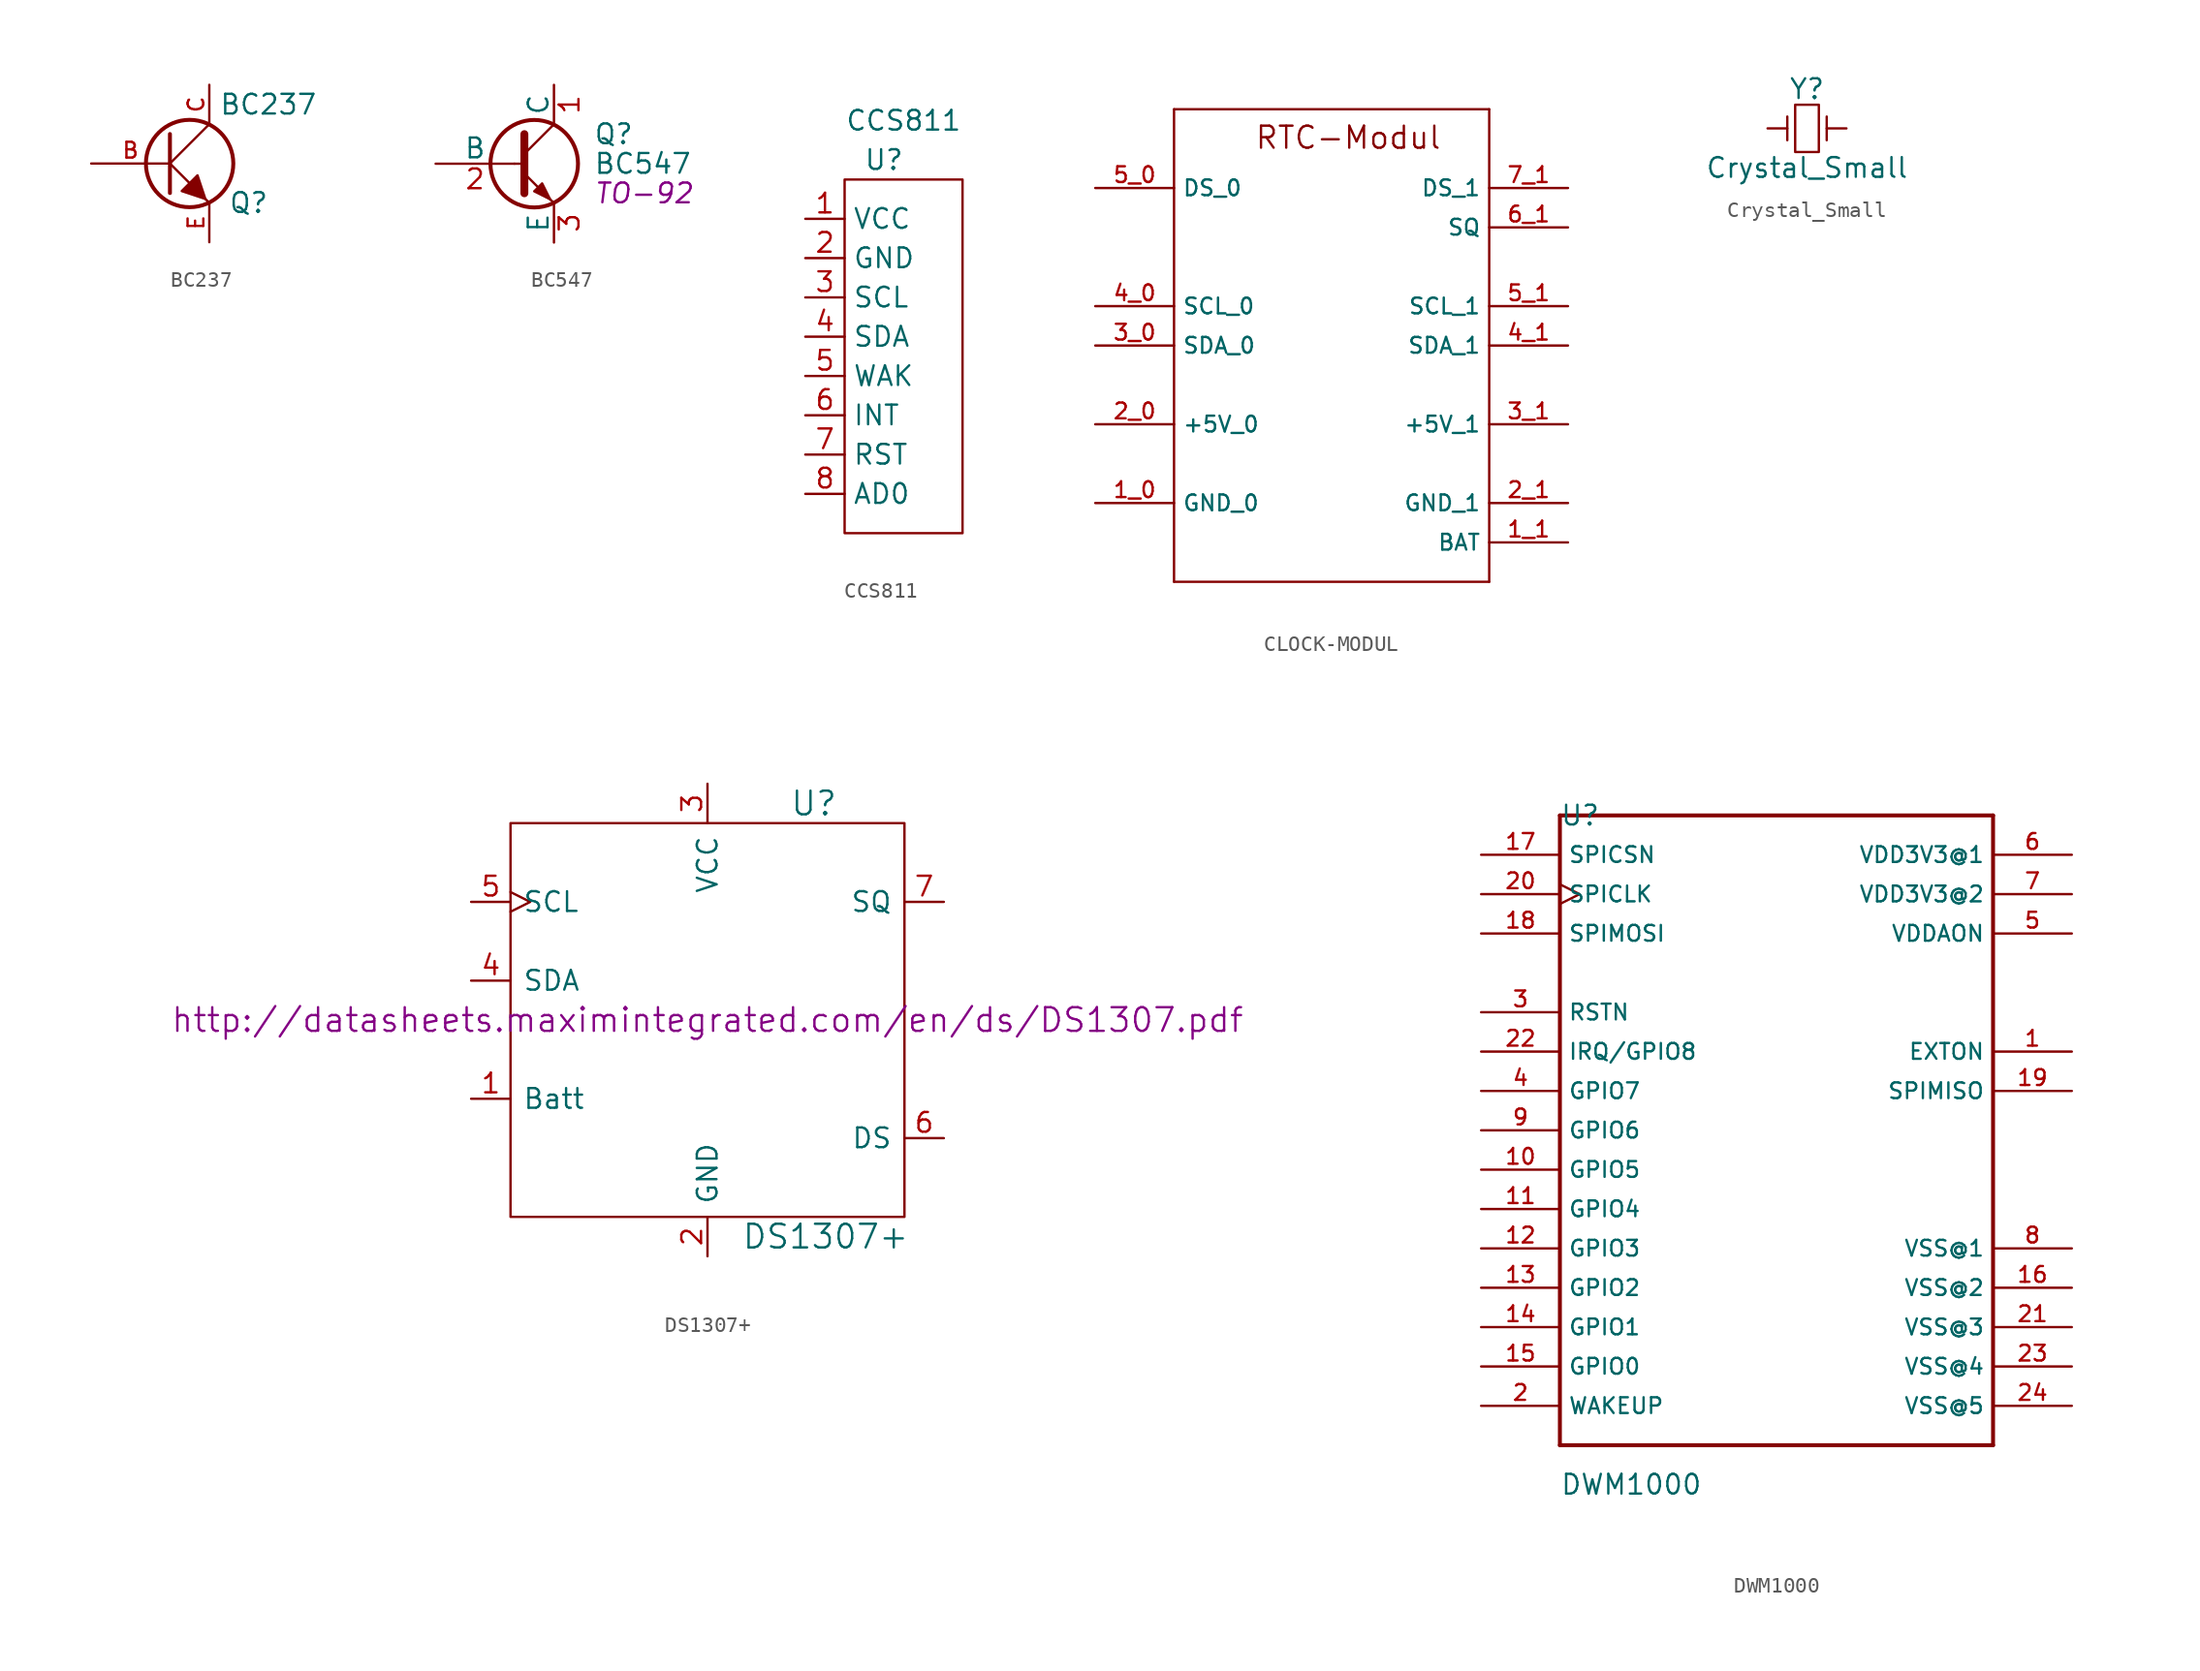
<source format=kicad_sym>
(kicad_symbol_lib
  (version 20220102)
  (generator kicad_symbol_editor)
  (symbol "BC237"
    (pin_names hide)
    (property "Reference" "Q"
      (at 5.08 -2.54 0)
      (effects (font (size 1.27 1.27))))
    (property "Value" "BC237"
      (at 6.35 3.81 0)
      (effects (font (size 1.27 1.27))))
    (property "Datasheet" ""
      (at 0 0 0)
      (effects (font (size 1.524 1.524))))
    (symbol "BC237_0_1"
      (polyline (pts (xy 0 0) (xy 2.54 2.54)) (stroke (width 0) (type default)) (fill (type none)))
      (polyline (pts (xy 0 1.905) (xy 0 -1.905) (xy 0 -1.905)) (stroke (width 0.254) (type default)) (fill (type none)))
      (polyline (pts (xy 1.27 -1.27) (xy 0 0) (xy 0 0)) (stroke (width 0) (type default)) (fill (type none)))
      (polyline (pts (xy 2.286 -2.286) (xy 2.54 -2.54) (xy 2.54 -2.54)) (stroke (width 0) (type default)) (fill (type none)))
      (polyline (pts (xy 2.286 -2.286) (xy 1.778 -0.762) (xy 0.762 -1.778) (xy 2.286 -2.286) (xy 2.286 -2.286)) (stroke (width 0) (type default)) (fill (type outline)))
      (circle (center 1.27 0) (radius 2.819) (stroke (width 0.254) (type default)) (fill (type none))))
    (symbol "BC237_1_1"
      (pin input line (at -5.08 0 0) (length 5.08) (name "B" (effects (font (size 1.016 1.016)))) (number "B" (effects (font (size 1.016 1.016)))))
      (pin passive line (at 2.54 5.08 270) (length 2.54) (name "C" (effects (font (size 1.016 1.016)))) (number "C" (effects (font (size 1.016 1.016)))))
      (pin passive line (at 2.54 -5.08 90) (length 2.54) (name "E" (effects (font (size 1.016 1.016)))) (number "E" (effects (font (size 1.016 1.016)))))))
  (symbol "BC547"
    (pin_names
      (offset 0))
    (property "Reference" "Q"
      (at 5.08 1.905 0)
      (effects (font (size 1.27 1.27)) (justify left)))
    (property "Value" "BC547"
      (at 5.08 0 0)
      (effects (font (size 1.27 1.27)) (justify left)))
    (property "Footprint" "TO-92"
      (at 5.08 -1.905 0)
      (effects (font (size 1.27 1.27) italic) (justify left)))
    (property "Datasheet" ""
      (at 0 0 0)
      (effects (font (size 1.27 1.27)) (justify left)))
    (symbol "BC547_0_1"
      (polyline (pts (xy 0 0) (xy 0.635 0)) (stroke (width 0) (type default)) (fill (type none)))
      (polyline (pts (xy 0.635 0.635) (xy 2.54 2.54)) (stroke (width 0) (type default)) (fill (type none)))
      (polyline (pts (xy 0.635 -0.635) (xy 2.54 -2.54) (xy 2.54 -2.54)) (stroke (width 0) (type default)) (fill (type none)))
      (polyline (pts (xy 0.635 1.905) (xy 0.635 -1.905) (xy 0.635 -1.905)) (stroke (width 0.508) (type default)) (fill (type none)))
      (polyline (pts (xy 1.27 -1.778) (xy 1.778 -1.27) (xy 2.286 -2.286) (xy 1.27 -1.778) (xy 1.27 -1.778)) (stroke (width 0) (type default)) (fill (type outline)))
      (circle (center 1.27 0) (radius 2.819) (stroke (width 0.254) (type default)) (fill (type none))))
    (symbol "BC547_1_1"
      (pin passive line (at 2.54 5.08 270) (length 2.54) (name "C" (effects (font (size 1.27 1.27)))) (number "1" (effects (font (size 1.27 1.27)))))
      (pin input line (at -5.08 0 0) (length 5.08) (name "B" (effects (font (size 1.27 1.27)))) (number "2" (effects (font (size 1.27 1.27)))))
      (pin passive line (at 2.54 -5.08 90) (length 2.54) (name "E" (effects (font (size 1.27 1.27)))) (number "3" (effects (font (size 1.27 1.27)))))))
  (symbol "CCS811"
    (property "Reference" "U"
      (at -1.27 11.43 0)
      (effects (font (size 1.27 1.27))))
    (property "Value" "CCS811"
      (at 0 13.97 0)
      (effects (font (size 1.27 1.27))))
    (symbol "CCS811_0_1"
      (rectangle (start -3.81 10.16) (end 3.81 -12.7) (stroke (width 0) (type default)) (fill (type none)))
      (pin input line (at -6.35 7.62 0) (length 2.54) (name "VCC" (effects (font (size 1.27 1.27)))) (number "1" (effects (font (size 1.27 1.27)))))
      (pin input line (at -6.35 5.08 0) (length 2.54) (name "GND" (effects (font (size 1.27 1.27)))) (number "2" (effects (font (size 1.27 1.27)))))
      (pin input line (at -6.35 2.54 0) (length 2.54) (name "SCL" (effects (font (size 1.27 1.27)))) (number "3" (effects (font (size 1.27 1.27)))))
      (pin input line (at -6.35 0 0) (length 2.54) (name "SDA" (effects (font (size 1.27 1.27)))) (number "4" (effects (font (size 1.27 1.27)))))
      (pin input line (at -6.35 -2.54 0) (length 2.54) (name "WAK" (effects (font (size 1.27 1.27)))) (number "5" (effects (font (size 1.27 1.27)))))
      (pin input line (at -6.35 -5.08 0) (length 2.54) (name "INT" (effects (font (size 1.27 1.27)))) (number "6" (effects (font (size 1.27 1.27)))))
      (pin input line (at -6.35 -7.62 0) (length 2.54) (name "RST" (effects (font (size 1.27 1.27)))) (number "7" (effects (font (size 1.27 1.27)))))
      (pin input line (at -6.35 -10.16 0) (length 2.54) (name "AD0" (effects (font (size 1.27 1.27)))) (number "8" (effects (font (size 1.27 1.27)))))))
  (symbol "CLOCK-MODUL"
    (property "Reference" "MD"
      (at 0 0 0)
      (effects (font (size 1.143 1.143)) hide))
    (symbol "CLOCK-MODUL_1_0"
      (polyline (pts (xy -10.16 -15.24) (xy -10.16 15.24)) (stroke (width 0) (type default)) (fill (type none)))
      (polyline (pts (xy -10.16 15.24) (xy 10.16 15.24)) (stroke (width 0) (type default)) (fill (type none)))
      (polyline (pts (xy 10.16 -15.24) (xy -10.16 -15.24)) (stroke (width 0) (type default)) (fill (type none)))
      (polyline (pts (xy 10.16 15.24) (xy 10.16 -15.24)) (stroke (width 0) (type default)) (fill (type none)))
      (text "RTC-Modul" (at 1.067 13.411 0) (effects (font (size 1.422 1.422)))))
    (symbol "CLOCK-MODUL_1_1"
      (pin power_in line (at -15.24 -10.16 0) (length 5.08) (name "GND_0" (effects (font (size 1.016 1.016)))) (number "1_0" (effects (font (size 1.016 1.016)))))
      (pin power_in line (at 15.24 -12.7 180) (length 5.08) (name "BAT" (effects (font (size 1.016 1.016)))) (number "1_1" (effects (font (size 1.016 1.016)))))
      (pin power_in line (at -15.24 -5.08 0) (length 5.08) (name "+5V_0" (effects (font (size 1.016 1.016)))) (number "2_0" (effects (font (size 1.016 1.016)))))
      (pin power_in line (at 15.24 -10.16 180) (length 5.08) (name "GND_1" (effects (font (size 1.016 1.016)))) (number "2_1" (effects (font (size 1.016 1.016)))))
      (pin bidirectional line (at -15.24 0 0) (length 5.08) (name "SDA_0" (effects (font (size 1.016 1.016)))) (number "3_0" (effects (font (size 1.016 1.016)))))
      (pin power_in line (at 15.24 -5.08 180) (length 5.08) (name "+5V_1" (effects (font (size 1.016 1.016)))) (number "3_1" (effects (font (size 1.016 1.016)))))
      (pin bidirectional line (at -15.24 2.54 0) (length 5.08) (name "SCL_0" (effects (font (size 1.016 1.016)))) (number "4_0" (effects (font (size 1.016 1.016)))))
      (pin bidirectional line (at 15.24 0 180) (length 5.08) (name "SDA_1" (effects (font (size 1.016 1.016)))) (number "4_1" (effects (font (size 1.016 1.016)))))
      (pin bidirectional line (at -15.24 10.16 0) (length 5.08) (name "DS_0" (effects (font (size 1.016 1.016)))) (number "5_0" (effects (font (size 1.016 1.016)))))
      (pin bidirectional line (at 15.24 2.54 180) (length 5.08) (name "SCL_1" (effects (font (size 1.016 1.016)))) (number "5_1" (effects (font (size 1.016 1.016)))))
      (pin output line (at 15.24 7.62 180) (length 5.08) (name "SQ" (effects (font (size 1.016 1.016)))) (number "6_1" (effects (font (size 1.016 1.016)))))
      (pin bidirectional line (at 15.24 10.16 180) (length 5.08) (name "DS_1" (effects (font (size 1.016 1.016)))) (number "7_1" (effects (font (size 1.016 1.016)))))))
  (symbol "Crystal_Small"
    (pin_numbers hide)
    (pin_names hide)
    (property "Reference" "Y"
      (at 0 2.54 0)
      (effects (font (size 1.27 1.27))))
    (property "Value" "Crystal_Small"
      (at 0 -2.54 0)
      (effects (font (size 1.27 1.27))))
    (property "Footprint" ""
      (at 0 0 0)
      (effects (font (size 1.524 1.524))))
    (property "Datasheet" ""
      (at 0 0 0)
      (effects (font (size 1.524 1.524))))
    (symbol "Crystal_Small_0_1"
      (rectangle (start -0.762 -1.524) (end 0.762 1.524) (stroke (width 0) (type default)) (fill (type none)))
      (polyline (pts (xy -1.27 -0.762) (xy -1.27 0.762)) (stroke (width 0) (type default)) (fill (type none)))
      (polyline (pts (xy 1.27 -0.762) (xy 1.27 0.762)) (stroke (width 0) (type default)) (fill (type none))))
    (symbol "Crystal_Small_1_1"
      (pin passive line (at -2.54 0 0) (length 1.27) (name "1" (effects (font (size 1.016 1.016)))) (number "1" (effects (font (size 1.016 1.016)))))
      (pin passive line (at 2.54 0 180) (length 1.27) (name "2" (effects (font (size 1.016 1.016)))) (number "2" (effects (font (size 1.016 1.016)))))))
  (symbol "DS1307+"
    (pin_names
      (offset 0.762))
    (property "Reference" "U"
      (at 6.858 13.97 0)
      (effects (font (size 1.524 1.524))))
    (property "Value" "DS1307+"
      (at 7.62 -13.97 0)
      (effects (font (size 1.524 1.524))))
    (property "Footprint" ""
      (at 0 0 0)
      (effects (font (size 1.524 1.524))))
    (property "Datasheet" "http://datasheets.maximintegrated.com/en/ds/DS1307.pdf"
      (at 0 0 0)
      (effects (font (size 1.524 1.524))))
    (symbol "DS1307+_0_1"
      (rectangle (start -12.7 12.7) (end 12.7 -12.7) (stroke (width 0) (type default)) (fill (type none))))
    (symbol "DS1307+_1_1"
      (pin input line (at -15.24 -5.08 0) (length 2.54) (name "Batt" (effects (font (size 1.27 1.27)))) (number "1" (effects (font (size 1.27 1.27)))))
      (pin power_in line (at 0 -15.24 90) (length 2.54) (name "GND" (effects (font (size 1.27 1.27)))) (number "2" (effects (font (size 1.27 1.27)))))
      (pin power_in line (at 0 15.24 270) (length 2.54) (name "VCC" (effects (font (size 1.27 1.27)))) (number "3" (effects (font (size 1.27 1.27)))))
      (pin bidirectional line (at -15.24 2.54 0) (length 2.54) (name "SDA" (effects (font (size 1.27 1.27)))) (number "4" (effects (font (size 1.27 1.27)))))
      (pin input clock (at -15.24 7.62 0) (length 2.54) (name "SCL" (effects (font (size 1.27 1.27)))) (number "5" (effects (font (size 1.27 1.27)))))
      (pin input line (at 15.24 -7.62 180) (length 2.54) (name "DS" (effects (font (size 1.27 1.27)))) (number "6" (effects (font (size 1.27 1.27)))))
      (pin output line (at 15.24 7.62 180) (length 2.54) (name "SQ" (effects (font (size 1.27 1.27)))) (number "7" (effects (font (size 1.27 1.27)))))))
  (symbol "DWM1000"
    (property "Reference" "U"
      (at -12.7 20.32 0)
      (effects (font (size 1.27 1.27)) (justify left)))
    (property "Value" "DWM1000"
      (at -12.7 -22.86 0)
      (effects (font (size 1.27 1.27)) (justify left)))
    (property "ki_locked" ""
      (at 0 0 0)
      (effects (font (size 1.27 1.27))))
    (symbol "DWM1000_0_0"
      (polyline (pts (xy -12.7 -20.32) (xy 15.24 -20.32)) (stroke (width 0.254) (type default)) (fill (type none)))
      (polyline (pts (xy -12.7 20.32) (xy -12.7 -20.32)) (stroke (width 0.254) (type default)) (fill (type none)))
      (polyline (pts (xy 15.24 -20.32) (xy 15.24 20.32)) (stroke (width 0.254) (type default)) (fill (type none)))
      (polyline (pts (xy 15.24 20.32) (xy -12.7 20.32)) (stroke (width 0.254) (type default)) (fill (type none)))
      (pin output line (at 20.32 5.08 180) (length 5.08) (name "EXTON" (effects (font (size 1.016 1.016)))) (number "1" (effects (font (size 1.016 1.016)))))
      (pin bidirectional line (at -17.78 -2.54 0) (length 5.08) (name "GPIO5" (effects (font (size 1.016 1.016)))) (number "10" (effects (font (size 1.016 1.016)))))
      (pin bidirectional line (at -17.78 -5.08 0) (length 5.08) (name "GPIO4" (effects (font (size 1.016 1.016)))) (number "11" (effects (font (size 1.016 1.016)))))
      (pin bidirectional line (at -17.78 -7.62 0) (length 5.08) (name "GPIO3" (effects (font (size 1.016 1.016)))) (number "12" (effects (font (size 1.016 1.016)))))
      (pin bidirectional line (at -17.78 -10.16 0) (length 5.08) (name "GPIO2" (effects (font (size 1.016 1.016)))) (number "13" (effects (font (size 1.016 1.016)))))
      (pin bidirectional line (at -17.78 -12.7 0) (length 5.08) (name "GPIO1" (effects (font (size 1.016 1.016)))) (number "14" (effects (font (size 1.016 1.016)))))
      (pin bidirectional line (at -17.78 -15.24 0) (length 5.08) (name "GPIO0" (effects (font (size 1.016 1.016)))) (number "15" (effects (font (size 1.016 1.016)))))
      (pin input line (at 20.32 -10.16 180) (length 5.08) (name "VSS@2" (effects (font (size 1.016 1.016)))) (number "16" (effects (font (size 1.016 1.016)))))
      (pin input line (at -17.78 17.78 0) (length 5.08) (name "SPICSN" (effects (font (size 1.016 1.016)))) (number "17" (effects (font (size 1.016 1.016)))))
      (pin input line (at -17.78 12.7 0) (length 5.08) (name "SPIMOSI" (effects (font (size 1.016 1.016)))) (number "18" (effects (font (size 1.016 1.016)))))
      (pin output line (at 20.32 2.54 180) (length 5.08) (name "SPIMISO" (effects (font (size 1.016 1.016)))) (number "19" (effects (font (size 1.016 1.016)))))
      (pin bidirectional line (at -17.78 -17.78 0) (length 5.08) (name "WAKEUP" (effects (font (size 1.016 1.016)))) (number "2" (effects (font (size 1.016 1.016)))))
      (pin input clock (at -17.78 15.24 0) (length 5.08) (name "SPICLK" (effects (font (size 1.016 1.016)))) (number "20" (effects (font (size 1.016 1.016)))))
      (pin input line (at 20.32 -12.7 180) (length 5.08) (name "VSS@3" (effects (font (size 1.016 1.016)))) (number "21" (effects (font (size 1.016 1.016)))))
      (pin bidirectional line (at -17.78 5.08 0) (length 5.08) (name "IRQ/GPIO8" (effects (font (size 1.016 1.016)))) (number "22" (effects (font (size 1.016 1.016)))))
      (pin input line (at 20.32 -15.24 180) (length 5.08) (name "VSS@4" (effects (font (size 1.016 1.016)))) (number "23" (effects (font (size 1.016 1.016)))))
      (pin input line (at 20.32 -17.78 180) (length 5.08) (name "VSS@5" (effects (font (size 1.016 1.016)))) (number "24" (effects (font (size 1.016 1.016)))))
      (pin bidirectional line (at -17.78 7.62 0) (length 5.08) (name "RSTN" (effects (font (size 1.016 1.016)))) (number "3" (effects (font (size 1.016 1.016)))))
      (pin bidirectional line (at -17.78 2.54 0) (length 5.08) (name "GPIO7" (effects (font (size 1.016 1.016)))) (number "4" (effects (font (size 1.016 1.016)))))
      (pin input line (at 20.32 12.7 180) (length 5.08) (name "VDDAON" (effects (font (size 1.016 1.016)))) (number "5" (effects (font (size 1.016 1.016)))))
      (pin input line (at 20.32 17.78 180) (length 5.08) (name "VDD3V3@1" (effects (font (size 1.016 1.016)))) (number "6" (effects (font (size 1.016 1.016)))))
      (pin input line (at 20.32 15.24 180) (length 5.08) (name "VDD3V3@2" (effects (font (size 1.016 1.016)))) (number "7" (effects (font (size 1.016 1.016)))))
      (pin input line (at 20.32 -7.62 180) (length 5.08) (name "VSS@1" (effects (font (size 1.016 1.016)))) (number "8" (effects (font (size 1.016 1.016)))))
      (pin bidirectional line (at -17.78 0 0) (length 5.08) (name "GPIO6" (effects (font (size 1.016 1.016)))) (number "9" (effects (font (size 1.016 1.016))))))))
</source>
